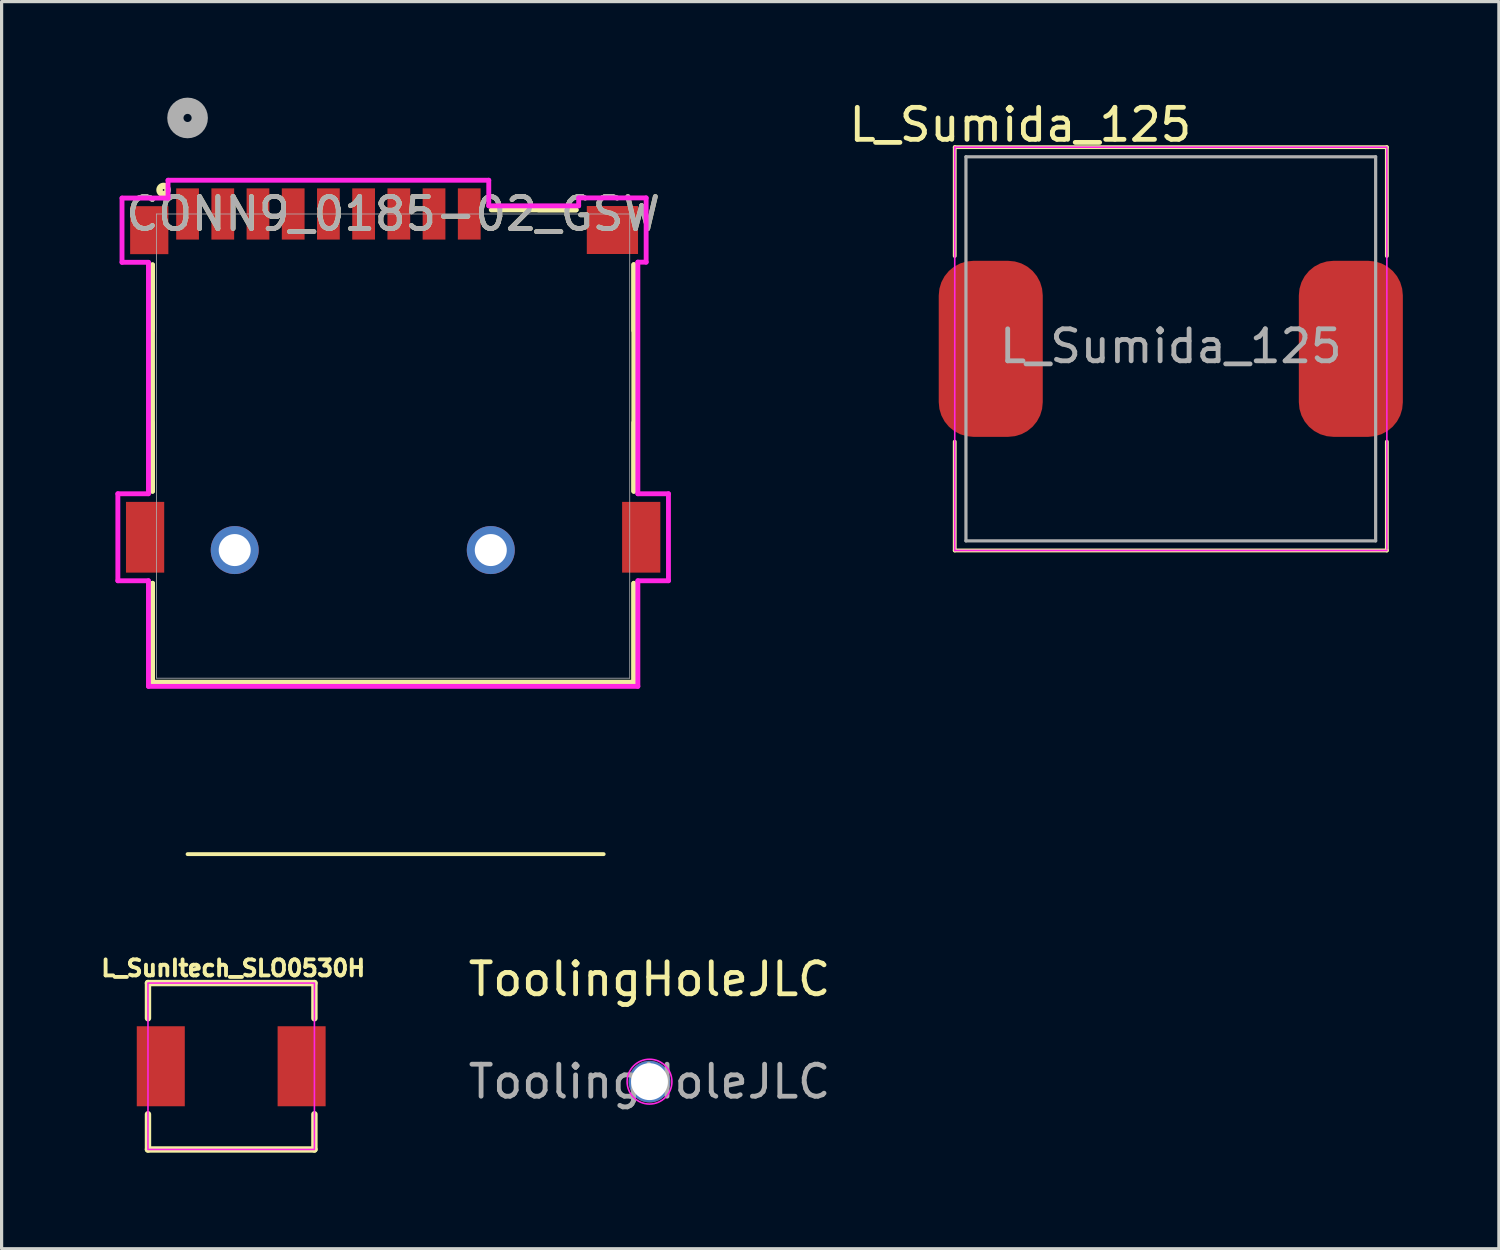
<source format=kicad_pcb>
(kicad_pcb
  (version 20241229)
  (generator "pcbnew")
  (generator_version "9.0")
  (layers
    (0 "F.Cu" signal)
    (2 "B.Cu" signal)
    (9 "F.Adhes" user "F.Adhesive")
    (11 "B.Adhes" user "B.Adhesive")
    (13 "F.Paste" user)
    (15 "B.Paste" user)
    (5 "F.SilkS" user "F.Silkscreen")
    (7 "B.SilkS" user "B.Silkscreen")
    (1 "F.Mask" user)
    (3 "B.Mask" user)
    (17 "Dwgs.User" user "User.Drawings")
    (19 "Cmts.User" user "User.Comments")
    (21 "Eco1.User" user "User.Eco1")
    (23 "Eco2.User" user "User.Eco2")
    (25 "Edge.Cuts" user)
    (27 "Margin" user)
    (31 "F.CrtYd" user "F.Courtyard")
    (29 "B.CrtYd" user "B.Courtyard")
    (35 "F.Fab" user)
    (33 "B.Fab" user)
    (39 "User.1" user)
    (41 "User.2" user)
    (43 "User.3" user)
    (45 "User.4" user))
  (footprint "L_Sumida_125"
    (layer "F.Cu")
    (at 33.528 7.848)
    (property "Reference" "L_Sumida_125" (at -4.7 -7 180) (layer "F.SilkS") (effects (font (size 1 1) (thickness 0.15))))
    (attr smd)
    (fp_line (start -6.75 -6.3) (end 6.75 -6.3) (stroke (width 0.12) (type solid)) (layer "F.SilkS"))
    (fp_line (start -6.75 -2.9) (end -6.75 -6.3) (stroke (width 0.12) (type solid)) (layer "F.SilkS"))
    (fp_line (start -6.75 6.3) (end -6.75 2.9) (stroke (width 0.12) (type solid)) (layer "F.SilkS"))
    (fp_line (start 6.75 -2.9) (end 6.75 -6.3) (stroke (width 0.12) (type solid)) (layer "F.SilkS"))
    (fp_line (start 6.75 2.9) (end 6.75 6.3) (stroke (width 0.12) (type solid)) (layer "F.SilkS"))
    (fp_line (start 6.75 6.3) (end -6.75 6.3) (stroke (width 0.12) (type solid)) (layer "F.SilkS"))
    (fp_line (start -6.75 -6.25) (end -6.75 -6.25) (stroke (width 0.05) (type solid)) (layer "F.CrtYd"))
    (fp_line (start -6.75 6.3) (end -6.75 -6.3) (stroke (width 0.05) (type solid)) (layer "F.CrtYd"))
    (fp_line (start 6.75 -6.3) (end -6.75 -6.3) (stroke (width 0.05) (type solid)) (layer "F.CrtYd"))
    (fp_line (start 6.75 6.25) (end 6.75 -6.25) (stroke (width 0.05) (type solid)) (layer "F.CrtYd"))
    (fp_line (start 6.75 6.3) (end -6.75 6.3) (stroke (width 0.05) (type solid)) (layer "F.CrtYd"))
    (fp_line (start -6.4 -6) (end -6.4 6) (stroke (width 0.1) (type solid)) (layer "F.Fab"))
    (fp_line (start -6.4 6) (end 6.4 6) (stroke (width 0.1) (type solid)) (layer "F.Fab"))
    (fp_line (start 6.4 -6) (end -6.4 -6) (stroke (width 0.1) (type solid)) (layer "F.Fab"))
    (fp_line (start 6.4 6) (end 6.4 -6) (stroke (width 0.1) (type solid)) (layer "F.Fab"))
    (fp_text user "${REFERENCE}" (at 0 -0.08 0) (layer "F.Fab") (effects (font (size 1 1) (thickness 0.15))))
    (pad "1" smd roundrect (at -5.625 0) (size 3.25 5.5) (layers "F.Cu" "F.Mask" "F.Paste") (roundrect_rratio 0.333))
    (pad "2" smd roundrect (at 5.625 0) (size 3.25 5.5) (layers "F.Cu" "F.Mask" "F.Paste") (roundrect_rratio 0.333)))
  (footprint "L_SunItech_SLO0530H"
    (layer "F.Cu")
    (at 4.173 30.262)
    (property "Reference" "L_SunItech_SLO0530H" (at 0.064 -3.064 0) (layer "F.SilkS") (effects (font (size 0.5 0.5) (thickness 0.12))))
    (attr smd)
    (fp_line (start -2.6 -2.6) (end 2.6 -2.6) (stroke (width 0.2) (type solid)) (layer "F.SilkS"))
    (fp_line (start -2.6 -1.5) (end -2.6 -2.6) (stroke (width 0.2) (type solid)) (layer "F.SilkS"))
    (fp_line (start -2.6 2.6) (end -2.6 1.5) (stroke (width 0.2) (type solid)) (layer "F.SilkS"))
    (fp_line (start -2.6 2.6) (end 2.6 2.6) (stroke (width 0.2) (type solid)) (layer "F.SilkS"))
    (fp_line (start 2.6 -2.6) (end 2.6 -1.5) (stroke (width 0.2) (type solid)) (layer "F.SilkS"))
    (fp_line (start 2.6 2.6) (end 2.6 1.5) (stroke (width 0.2) (type solid)) (layer "F.SilkS"))
    (fp_rect (start -2.6 -2.6) (end 2.6 2.6) (stroke (width 0.05) (type default)) (fill no) (layer "F.CrtYd"))
    (pad "1" smd rect (at -2.2 0) (size 1.5 2.5) (layers "F.Cu" "F.Mask" "F.Paste"))
    (pad "2" smd rect (at 2.2 0) (size 1.5 2.5) (layers "F.Cu" "F.Mask" "F.Paste")))
  (footprint "CONN9_0185-02_GSW"
    (layer "F.Cu")
    (at 9.233 10.487)
    (property "Reference" "CONN9_0185-02_GSW" (at 0 -6.852 0) (unlocked yes) (layer "F.SilkS") (effects (font (size 1 1) (thickness 0.15))))
    (attr smd)
    (fp_line (start -7.518 -5.264) (end -7.518 -3.209) (stroke (width 0.152) (type solid)) (layer "F.SilkS"))
    (fp_line (start -7.518 -0.334) (end -7.518 1.811) (stroke (width 0.152) (type solid)) (layer "F.SilkS"))
    (fp_line (start -7.518 1.811) (end -7.518 -5.264) (stroke (width 0.152) (type solid)) (layer "F.SilkS"))
    (fp_line (start -7.518 4.686) (end -7.518 7.779) (stroke (width 0.152) (type solid)) (layer "F.SilkS"))
    (fp_line (start -7.518 7.779) (end -7.518 4.686) (stroke (width 0.152) (type solid)) (layer "F.SilkS"))
    (fp_line (start -7.518 7.779) (end 7.518 7.779) (stroke (width 0.152) (type solid)) (layer "F.SilkS"))
    (fp_line (start 3.065 -6.979) (end 5.717 -6.979) (stroke (width 0.152) (type solid)) (layer "F.SilkS"))
    (fp_line (start 5.717 -6.979) (end 4.538 -6.979) (stroke (width 0.152) (type solid)) (layer "F.SilkS"))
    (fp_line (start 6.577 13.148) (end -6.423 13.148) (stroke (width 0.12) (type default)) (layer "F.SilkS"))
    (fp_line (start 7.518 -5.269) (end 7.518 1.811) (stroke (width 0.152) (type solid)) (layer "F.SilkS"))
    (fp_line (start 7.518 -3.209) (end 7.518 -5.269) (stroke (width 0.152) (type solid)) (layer "F.SilkS"))
    (fp_line (start 7.518 1.811) (end 7.518 -0.334) (stroke (width 0.152) (type solid)) (layer "F.SilkS"))
    (fp_line (start 7.518 4.686) (end 7.518 7.779) (stroke (width 0.152) (type solid)) (layer "F.SilkS"))
    (fp_line (start 7.518 7.779) (end -7.518 7.779) (stroke (width 0.152) (type solid)) (layer "F.SilkS"))
    (fp_line (start 7.518 7.779) (end 7.518 4.686) (stroke (width 0.152) (type solid)) (layer "F.SilkS"))
    (fp_circle (center -7.173 -7.602) (end -7.046 -7.602) (stroke (width 0.2) (type solid)) (fill no) (layer "F.SilkS"))
    (fp_line (start -8.601 1.889) (end -8.601 4.607) (stroke (width 0.152) (type solid)) (layer "F.CrtYd"))
    (fp_line (start -8.601 4.607) (end -7.645 4.607) (stroke (width 0.152) (type solid)) (layer "F.CrtYd"))
    (fp_line (start -8.471 -7.349) (end -8.471 -5.342) (stroke (width 0.152) (type solid)) (layer "F.CrtYd"))
    (fp_line (start -8.471 -5.342) (end -7.645 -5.342) (stroke (width 0.152) (type solid)) (layer "F.CrtYd"))
    (fp_line (start -7.645 -5.342) (end -7.645 1.889) (stroke (width 0.152) (type solid)) (layer "F.CrtYd"))
    (fp_line (start -7.645 1.889) (end -8.601 1.889) (stroke (width 0.152) (type solid)) (layer "F.CrtYd"))
    (fp_line (start -7.645 4.607) (end -7.645 7.906) (stroke (width 0.152) (type solid)) (layer "F.CrtYd"))
    (fp_line (start -7.645 7.906) (end 7.645 7.906) (stroke (width 0.152) (type solid)) (layer "F.CrtYd"))
    (fp_line (start -7.033 -7.906) (end -7.033 -7.349) (stroke (width 0.152) (type solid)) (layer "F.CrtYd"))
    (fp_line (start -7.033 -7.349) (end -8.471 -7.349) (stroke (width 0.152) (type solid)) (layer "F.CrtYd"))
    (fp_line (start 2.987 -7.906) (end -7.033 -7.906) (stroke (width 0.152) (type solid)) (layer "F.CrtYd"))
    (fp_line (start 2.987 -7.106) (end 2.987 -7.906) (stroke (width 0.152) (type solid)) (layer "F.CrtYd"))
    (fp_line (start 5.796 -7.354) (end 5.796 -7.106) (stroke (width 0.152) (type solid)) (layer "F.CrtYd"))
    (fp_line (start 5.796 -7.106) (end 2.987 -7.106) (stroke (width 0.152) (type solid)) (layer "F.CrtYd"))
    (fp_line (start 7.645 -5.347) (end 7.904 -5.347) (stroke (width 0.152) (type solid)) (layer "F.CrtYd"))
    (fp_line (start 7.645 1.889) (end 7.645 -5.347) (stroke (width 0.152) (type solid)) (layer "F.CrtYd"))
    (fp_line (start 7.645 4.607) (end 8.601 4.607) (stroke (width 0.152) (type solid)) (layer "F.CrtYd"))
    (fp_line (start 7.645 7.906) (end 7.645 4.607) (stroke (width 0.152) (type solid)) (layer "F.CrtYd"))
    (fp_line (start 7.904 -7.354) (end 5.796 -7.354) (stroke (width 0.152) (type solid)) (layer "F.CrtYd"))
    (fp_line (start 7.904 -5.347) (end 7.904 -7.354) (stroke (width 0.152) (type solid)) (layer "F.CrtYd"))
    (fp_line (start 8.601 1.889) (end 7.645 1.889) (stroke (width 0.152) (type solid)) (layer "F.CrtYd"))
    (fp_line (start 8.601 4.607) (end 8.601 1.889) (stroke (width 0.152) (type solid)) (layer "F.CrtYd"))
    (fp_line (start -7.391 -6.852) (end -7.391 7.652) (stroke (width 0.025) (type solid)) (layer "F.Fab"))
    (fp_line (start -7.391 7.652) (end 7.391 7.652) (stroke (width 0.025) (type solid)) (layer "F.Fab"))
    (fp_line (start 7.391 -6.852) (end -7.391 -6.852) (stroke (width 0.025) (type solid)) (layer "F.Fab"))
    (fp_line (start 7.391 7.652) (end 7.391 -6.852) (stroke (width 0.025) (type solid)) (layer "F.Fab"))
    (fp_circle (center -6.423 -9.852) (end -6.042 -9.852) (stroke (width 0.508) (type solid)) (fill no) (layer "F.Fab"))
    (fp_line (start -9.173 0) (end 11.077 0) (stroke (width 0.12) (type default)) (layer "User.1"))
    (fp_line (start 0 7.906) (end 0 -9.602) (stroke (width 0.12) (type default)) (layer "User.1"))
    (fp_circle (center 0 0) (end 0.407 0) (stroke (width 0.12) (type default)) (fill no) (layer "User.1"))
    (fp_text user "${REFERENCE}" (at 0 -6.852 0) (unlocked yes) (layer "F.Fab") (effects (font (size 1 1) (thickness 0.15))))
    (pad "" np_thru_hole circle (at -4.95 3.648) (size 1.499 1.499) (drill 1) (layers "*.Cu" "*.Mask"))
    (pad "" np_thru_hole circle (at 3.05 3.648) (size 1.499 1.499) (drill 1) (layers "*.Cu" "*.Mask"))
    (pad "1" smd rect (at 2.377 -6.852) (size 0.711 1.6) (layers "F.Cu" "F.Mask" "F.Paste"))
    (pad "2" smd rect (at 1.277 -6.852) (size 0.711 1.6) (layers "F.Cu" "F.Mask" "F.Paste"))
    (pad "3" smd rect (at 0.177 -6.852) (size 0.711 1.6) (layers "F.Cu" "F.Mask" "F.Paste"))
    (pad "4" smd rect (at -0.923 -6.852) (size 0.711 1.6) (layers "F.Cu" "F.Mask" "F.Paste"))
    (pad "5" smd rect (at -2.023 -6.852) (size 0.711 1.6) (layers "F.Cu" "F.Mask" "F.Paste"))
    (pad "6" smd rect (at -3.123 -6.852) (size 0.711 1.6) (layers "F.Cu" "F.Mask" "F.Paste"))
    (pad "7" smd rect (at -4.223 -6.852) (size 0.711 1.6) (layers "F.Cu" "F.Mask" "F.Paste"))
    (pad "8" smd rect (at -5.323 -6.852) (size 0.711 1.6) (layers "F.Cu" "F.Mask" "F.Paste"))
    (pad "9" smd rect (at -6.423 -6.852) (size 0.711 1.6) (layers "F.Cu" "F.Mask" "F.Paste"))
    (pad "10" smd rect (at -7.75 3.248) (size 1.194 2.21) (layers "F.Cu" "F.Mask" "F.Paste"))
    (pad "10" smd rect (at -7.62 -6.346) (size 1.194 1.499) (layers "F.Cu" "F.Mask" "F.Paste"))
    (pad "10" smd rect (at 6.85 -6.351) (size 1.6 1.499) (layers "F.Cu" "F.Mask" "F.Paste"))
    (pad "10" smd rect (at 7.75 3.248) (size 1.194 2.21) (layers "F.Cu" "F.Mask" "F.Paste"))
    (zone (net_name "") (layer "F.Cu") (hatch edge 0.5) (connect_pads) (min_thickness 0.25) (filled_areas_thickness no) (keepout (tracks allowed) (vias allowed) (pads allowed) (copperpour allowed) (footprints not_allowed)) (placement (enabled no)) (fill) (polygon (pts (xy 1.81 5.385) (xy 16.56 5.385) (xy 16.56 23.635) (xy 1.81 23.635)))))
  (footprint "ToolingHoleJLC"
    (layer "F.Cu")
    (at 17.242 30.743)
    (property "Reference" "ToolingHoleJLC" (at 0 -3.2 0) (layer "F.SilkS") (effects (font (size 1 1) (thickness 0.15))))
    (attr exclude_from_pos_files exclude_from_bom)
    (fp_circle (center 0 0) (end 0.7 0) (stroke (width 0.05) (type solid)) (fill no) (layer "F.CrtYd"))
    (fp_text user "${REFERENCE}" (at 0 0 0) (layer "F.Fab") (effects (font (size 1 1) (thickness 0.15))))
    (pad "" np_thru_hole circle (at 0 0) (size 1.3 1.3) (drill 1.152) (layers "*.Cu" "*.Mask")))
  (gr_rect
    (start -3 -3)
    (end 43.778 35.962)
    (stroke (width 0.1) (type default))
    (fill no)
    (layer "Edge.Cuts")))
</source>
